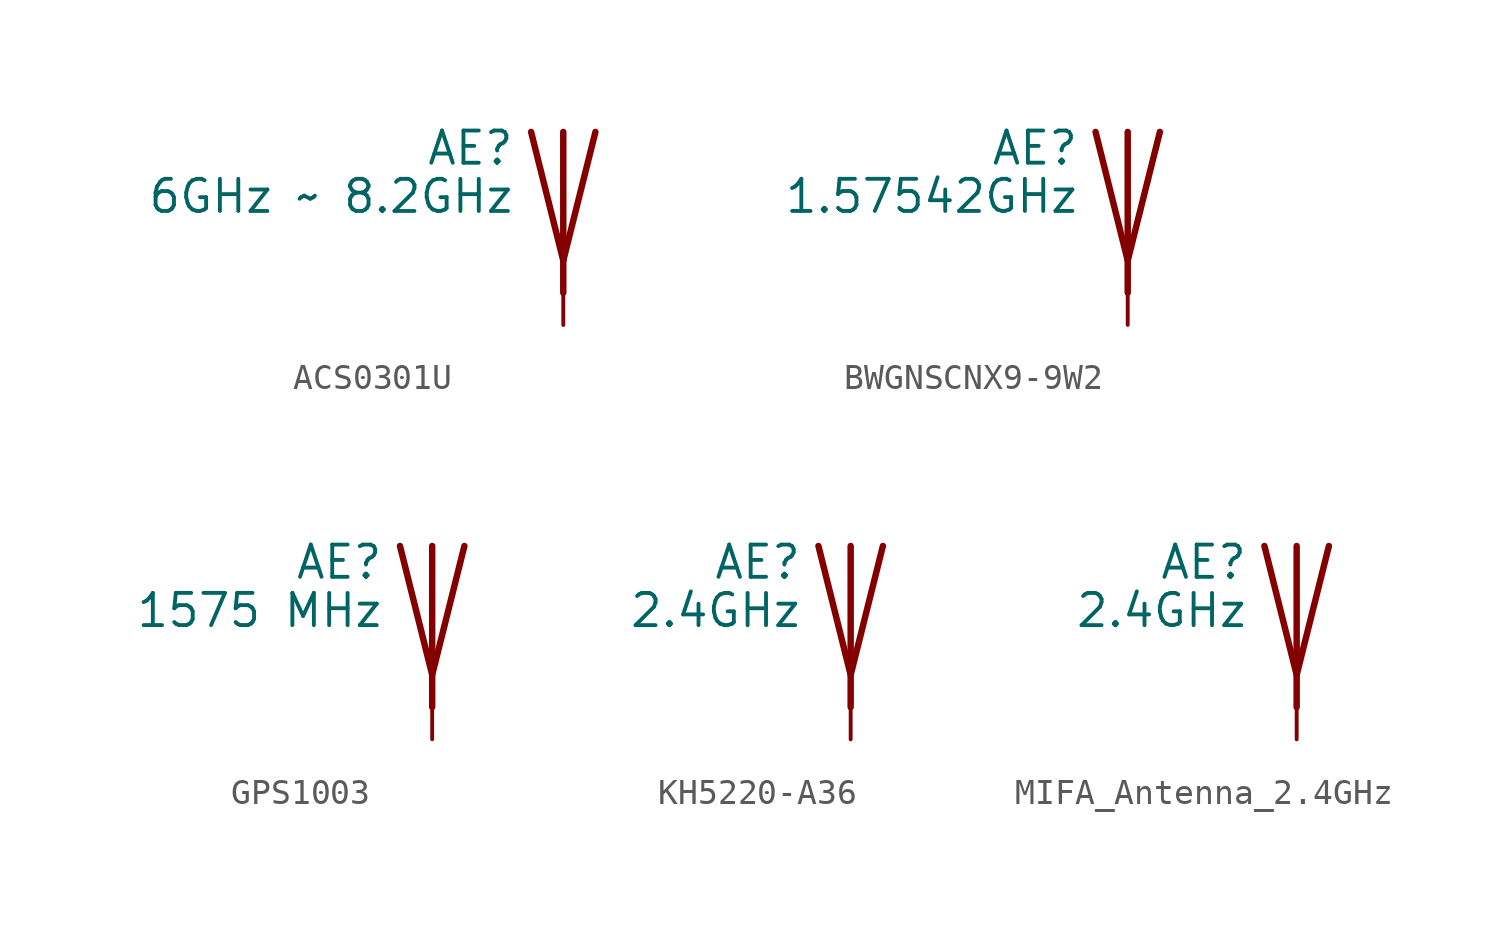
<source format=kicad_sym>
(kicad_symbol_lib
  (version 20211014)
  (symbol "ACS0301U"
    (pin_numbers
      (hide yes))
    (pin_names
      (offset 1.016)
      (hide yes))
    (property "Reference" "AE"
      (at -1.905 1.905 0)
      (effects (font (size 1.27 1.27)) (justify right)))
    (property "Value" "6GHz ~ 8.2GHz"
      (at -1.905 0 0)
      (effects (font (size 1.27 1.27)) (justify right)))
    (symbol "ACS0301U_0_1"
      (polyline (pts (xy 0 2.54) (xy 0 -3.81)) (stroke (width 0.254) (type default)) (fill (type none)))
      (polyline (pts (xy 1.27 2.54) (xy 0 -2.54) (xy -1.27 2.54)) (stroke (width 0.254) (type default)) (fill (type none))))
    (symbol "ACS0301U_1_1"
      (pin input line (at 0 -5.08 90) (length 2.54) (name "A" (effects (font (size 1.27 1.27)))) (number "1" (effects (font (size 1.27 1.27)))))))
  (symbol "BWGNSCNX9-9W2"
    (pin_numbers
      (hide yes))
    (pin_names
      (offset 1.016)
      (hide yes))
    (property "Reference" "AE"
      (at -1.905 1.905 0)
      (effects (font (size 1.27 1.27)) (justify right)))
    (property "Value" "1.57542GHz"
      (at -1.905 0 0)
      (effects (font (size 1.27 1.27)) (justify right)))
    (symbol "BWGNSCNX9-9W2_0_1"
      (polyline (pts (xy 0 2.54) (xy 0 -3.81)) (stroke (width 0.254) (type default)) (fill (type none)))
      (polyline (pts (xy 1.27 2.54) (xy 0 -2.54) (xy -1.27 2.54)) (stroke (width 0.254) (type default)) (fill (type none))))
    (symbol "BWGNSCNX9-9W2_1_1"
      (pin input line (at 0 -5.08 90) (length 2.54) (name "A" (effects (font (size 1.27 1.27)))) (number "1" (effects (font (size 1.27 1.27)))))))
  (symbol "GPS1003"
    (pin_numbers
      (hide yes))
    (pin_names
      (offset 1.016)
      (hide yes))
    (property "Reference" "AE"
      (at -1.905 1.905 0)
      (effects (font (size 1.27 1.27)) (justify right)))
    (property "Value" "1575 MHz"
      (at -1.905 0 0)
      (effects (font (size 1.27 1.27)) (justify right)))
    (symbol "GPS1003_0_1"
      (polyline (pts (xy 0 2.54) (xy 0 -3.81)) (stroke (width 0.254) (type default)) (fill (type none)))
      (polyline (pts (xy 1.27 2.54) (xy 0 -2.54) (xy -1.27 2.54)) (stroke (width 0.254) (type default)) (fill (type none))))
    (symbol "GPS1003_1_1"
      (pin input line (at 0 -5.08 90) (length 2.54) (name "A" (effects (font (size 1.27 1.27)))) (number "1" (effects (font (size 1.27 1.27)))))))
  (symbol "KH5220-A36"
    (pin_numbers
      (hide yes))
    (pin_names
      (offset 1.016)
      (hide yes))
    (property "Reference" "AE"
      (at -1.905 1.905 0)
      (effects (font (size 1.27 1.27)) (justify right)))
    (property "Value" "2.4GHz"
      (at -1.905 0 0)
      (effects (font (size 1.27 1.27)) (justify right)))
    (symbol "KH5220-A36_0_1"
      (polyline (pts (xy 0 2.54) (xy 0 -3.81)) (stroke (width 0.254) (type default)) (fill (type none)))
      (polyline (pts (xy 1.27 2.54) (xy 0 -2.54) (xy -1.27 2.54)) (stroke (width 0.254) (type default)) (fill (type none))))
    (symbol "KH5220-A36_1_1"
      (pin input line (at 0 -5.08 90) (length 2.54) (name "A" (effects (font (size 1.27 1.27)))) (number "1" (effects (font (size 1.27 1.27)))))))
  (symbol "MIFA_Antenna_2.4GHz"
    (pin_numbers
      (hide yes))
    (pin_names
      (offset 1.016)
      (hide yes))
    (property "Reference" "AE"
      (at -1.905 1.905 0)
      (effects (font (size 1.27 1.27)) (justify right)))
    (property "Value" "2.4GHz"
      (at -1.905 0 0)
      (effects (font (size 1.27 1.27)) (justify right)))
    (symbol "MIFA_Antenna_2.4GHz_0_1"
      (polyline (pts (xy 0 2.54) (xy 0 -3.81)) (stroke (width 0.254) (type default)) (fill (type none)))
      (polyline (pts (xy 1.27 2.54) (xy 0 -2.54) (xy -1.27 2.54)) (stroke (width 0.254) (type default)) (fill (type none))))
    (symbol "MIFA_Antenna_2.4GHz_1_1"
      (pin input line (at 0 -5.08 90) (length 2.54) (name "A" (effects (font (size 1.27 1.27)))) (number "1" (effects (font (size 1.27 1.27))))))))
</source>
